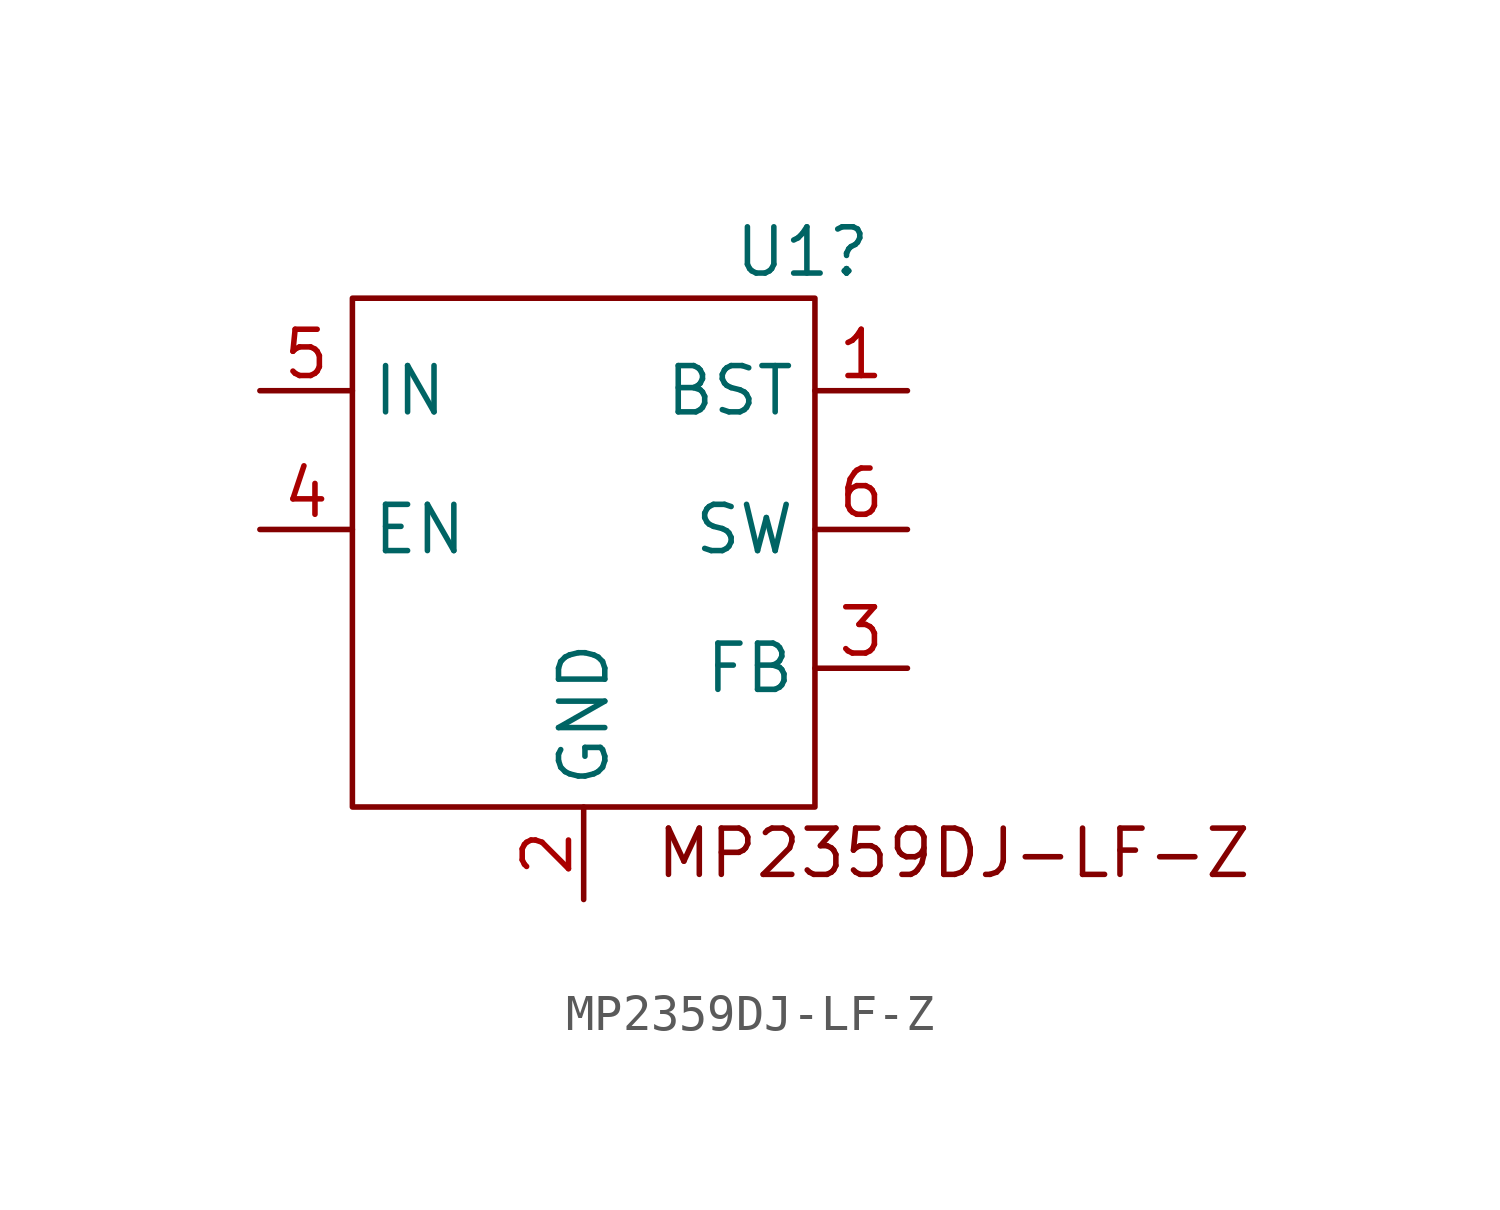
<source format=kicad_sym>
(kicad_symbol_lib
  (version 20220914)
  (generator kicad_symbol_editor)
  (symbol "MP2359DJ-LF-Z"
    (property "Reference" "U1"
      (at 28.868 22.86 0)
      (effects (font (size 1.27 1.27))))
    (property "Value" ""
      (at 20.32 13.97 0)
      (effects (font (size 1.27 1.27))))
    (symbol "MP2359DJ-LF-Z_0_1"
      (rectangle (start 16.51 21.59) (end 29.21 7.62) (stroke (width 0) (type default)) (fill (type none))))
    (symbol "MP2359DJ-LF-Z_1_1"
      (text "MP2359DJ-LF-Z" (at 33.02 6.35 0) (effects (font (size 1.27 1.27))))
      (pin output line (at 31.75 19.05 180) (length 2.54) (name "BST" (effects (font (size 1.27 1.27)))) (number "1" (effects (font (size 1.27 1.27)))))
      (pin output line (at 22.86 5.08 90) (length 2.54) (name "GND" (effects (font (size 1.27 1.27)))) (number "2" (effects (font (size 1.27 1.27)))))
      (pin output line (at 31.75 11.43 180) (length 2.54) (name "FB" (effects (font (size 1.27 1.27)))) (number "3" (effects (font (size 1.27 1.27)))))
      (pin input line (at 13.97 15.24 0) (length 2.54) (name "EN" (effects (font (size 1.27 1.27)))) (number "4" (effects (font (size 1.27 1.27)))))
      (pin input line (at 13.97 19.05 0) (length 2.54) (name "IN" (effects (font (size 1.27 1.27)))) (number "5" (effects (font (size 1.27 1.27)))))
      (pin output line (at 31.75 15.24 180) (length 2.54) (name "SW" (effects (font (size 1.27 1.27)))) (number "6" (effects (font (size 1.27 1.27))))))))
</source>
